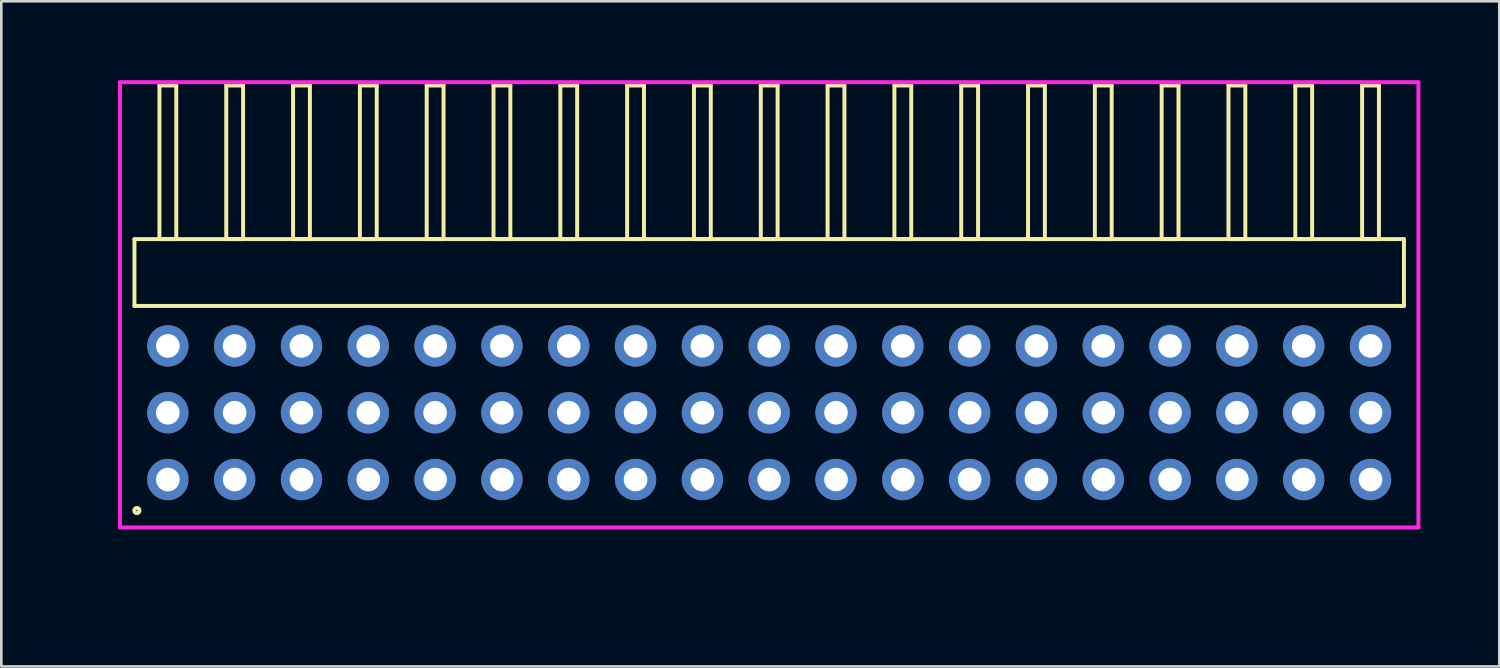
<source format=kicad_pcb>
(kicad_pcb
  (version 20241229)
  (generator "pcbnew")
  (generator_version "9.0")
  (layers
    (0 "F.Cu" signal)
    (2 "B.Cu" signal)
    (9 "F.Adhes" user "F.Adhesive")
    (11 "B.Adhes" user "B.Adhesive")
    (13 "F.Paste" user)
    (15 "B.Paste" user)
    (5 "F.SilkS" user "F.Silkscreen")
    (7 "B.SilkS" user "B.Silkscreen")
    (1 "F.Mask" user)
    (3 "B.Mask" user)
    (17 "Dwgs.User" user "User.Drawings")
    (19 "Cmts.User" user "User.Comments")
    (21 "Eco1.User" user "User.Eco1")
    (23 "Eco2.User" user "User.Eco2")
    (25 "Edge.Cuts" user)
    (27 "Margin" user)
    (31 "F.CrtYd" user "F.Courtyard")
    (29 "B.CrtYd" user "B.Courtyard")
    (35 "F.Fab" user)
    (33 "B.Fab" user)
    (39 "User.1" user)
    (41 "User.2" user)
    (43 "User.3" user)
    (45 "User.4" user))
  (footprint "HDR_RA254P19x3"
    (layer "F.Cu")
    (at 26.191 12.64)
    (property "Reference" "HDR_RA254P19x3" (at -25.43 0 90) (layer "User.1") (effects (font (size 1 1) (thickness 0.1))))
    (attr through_hole)
    (fp_line (start -24.13 -6.6) (end -24.13 -4.06) (stroke (width 0.15) (type solid)) (layer "F.SilkS"))
    (fp_line (start -24.13 -4.06) (end 24.13 -4.06) (stroke (width 0.15) (type solid)) (layer "F.SilkS"))
    (fp_line (start -23.18 -12.44) (end -23.18 -6.6) (stroke (width 0.15) (type solid)) (layer "F.SilkS"))
    (fp_line (start -23.18 -6.6) (end -22.54 -6.6) (stroke (width 0.15) (type solid)) (layer "F.SilkS"))
    (fp_line (start -22.54 -12.44) (end -23.18 -12.44) (stroke (width 0.15) (type solid)) (layer "F.SilkS"))
    (fp_line (start -22.54 -6.6) (end -22.54 -12.44) (stroke (width 0.15) (type solid)) (layer "F.SilkS"))
    (fp_line (start -20.64 -12.44) (end -20.64 -6.6) (stroke (width 0.15) (type solid)) (layer "F.SilkS"))
    (fp_line (start -20.64 -6.6) (end -20 -6.6) (stroke (width 0.15) (type solid)) (layer "F.SilkS"))
    (fp_line (start -20 -12.44) (end -20.64 -12.44) (stroke (width 0.15) (type solid)) (layer "F.SilkS"))
    (fp_line (start -20 -6.6) (end -20 -12.44) (stroke (width 0.15) (type solid)) (layer "F.SilkS"))
    (fp_line (start -18.1 -12.44) (end -18.1 -6.6) (stroke (width 0.15) (type solid)) (layer "F.SilkS"))
    (fp_line (start -18.1 -6.6) (end -17.46 -6.6) (stroke (width 0.15) (type solid)) (layer "F.SilkS"))
    (fp_line (start -17.46 -12.44) (end -18.1 -12.44) (stroke (width 0.15) (type solid)) (layer "F.SilkS"))
    (fp_line (start -17.46 -6.6) (end -17.46 -12.44) (stroke (width 0.15) (type solid)) (layer "F.SilkS"))
    (fp_line (start -15.56 -12.44) (end -15.56 -6.6) (stroke (width 0.15) (type solid)) (layer "F.SilkS"))
    (fp_line (start -15.56 -6.6) (end -14.92 -6.6) (stroke (width 0.15) (type solid)) (layer "F.SilkS"))
    (fp_line (start -14.92 -12.44) (end -15.56 -12.44) (stroke (width 0.15) (type solid)) (layer "F.SilkS"))
    (fp_line (start -14.92 -6.6) (end -14.92 -12.44) (stroke (width 0.15) (type solid)) (layer "F.SilkS"))
    (fp_line (start -13.02 -12.44) (end -13.02 -6.6) (stroke (width 0.15) (type solid)) (layer "F.SilkS"))
    (fp_line (start -13.02 -6.6) (end -12.38 -6.6) (stroke (width 0.15) (type solid)) (layer "F.SilkS"))
    (fp_line (start -12.38 -12.44) (end -13.02 -12.44) (stroke (width 0.15) (type solid)) (layer "F.SilkS"))
    (fp_line (start -12.38 -6.6) (end -12.38 -12.44) (stroke (width 0.15) (type solid)) (layer "F.SilkS"))
    (fp_line (start -10.48 -12.44) (end -10.48 -6.6) (stroke (width 0.15) (type solid)) (layer "F.SilkS"))
    (fp_line (start -10.48 -6.6) (end -9.84 -6.6) (stroke (width 0.15) (type solid)) (layer "F.SilkS"))
    (fp_line (start -9.84 -12.44) (end -10.48 -12.44) (stroke (width 0.15) (type solid)) (layer "F.SilkS"))
    (fp_line (start -9.84 -6.6) (end -9.84 -12.44) (stroke (width 0.15) (type solid)) (layer "F.SilkS"))
    (fp_line (start -7.94 -12.44) (end -7.94 -6.6) (stroke (width 0.15) (type solid)) (layer "F.SilkS"))
    (fp_line (start -7.94 -6.6) (end -7.3 -6.6) (stroke (width 0.15) (type solid)) (layer "F.SilkS"))
    (fp_line (start -7.3 -12.44) (end -7.94 -12.44) (stroke (width 0.15) (type solid)) (layer "F.SilkS"))
    (fp_line (start -7.3 -6.6) (end -7.3 -12.44) (stroke (width 0.15) (type solid)) (layer "F.SilkS"))
    (fp_line (start -5.4 -12.44) (end -5.4 -6.6) (stroke (width 0.15) (type solid)) (layer "F.SilkS"))
    (fp_line (start -5.4 -6.6) (end -4.76 -6.6) (stroke (width 0.15) (type solid)) (layer "F.SilkS"))
    (fp_line (start -4.76 -12.44) (end -5.4 -12.44) (stroke (width 0.15) (type solid)) (layer "F.SilkS"))
    (fp_line (start -4.76 -6.6) (end -4.76 -12.44) (stroke (width 0.15) (type solid)) (layer "F.SilkS"))
    (fp_line (start -2.86 -12.44) (end -2.86 -6.6) (stroke (width 0.15) (type solid)) (layer "F.SilkS"))
    (fp_line (start -2.86 -6.6) (end -2.22 -6.6) (stroke (width 0.15) (type solid)) (layer "F.SilkS"))
    (fp_line (start -2.22 -12.44) (end -2.86 -12.44) (stroke (width 0.15) (type solid)) (layer "F.SilkS"))
    (fp_line (start -2.22 -6.6) (end -2.22 -12.44) (stroke (width 0.15) (type solid)) (layer "F.SilkS"))
    (fp_line (start -0.32 -12.44) (end -0.32 -6.6) (stroke (width 0.15) (type solid)) (layer "F.SilkS"))
    (fp_line (start -0.32 -6.6) (end 0.32 -6.6) (stroke (width 0.15) (type solid)) (layer "F.SilkS"))
    (fp_line (start 0.32 -12.44) (end -0.32 -12.44) (stroke (width 0.15) (type solid)) (layer "F.SilkS"))
    (fp_line (start 0.32 -6.6) (end 0.32 -12.44) (stroke (width 0.15) (type solid)) (layer "F.SilkS"))
    (fp_line (start 2.22 -12.44) (end 2.22 -6.6) (stroke (width 0.15) (type solid)) (layer "F.SilkS"))
    (fp_line (start 2.22 -6.6) (end 2.86 -6.6) (stroke (width 0.15) (type solid)) (layer "F.SilkS"))
    (fp_line (start 2.86 -12.44) (end 2.22 -12.44) (stroke (width 0.15) (type solid)) (layer "F.SilkS"))
    (fp_line (start 2.86 -6.6) (end 2.86 -12.44) (stroke (width 0.15) (type solid)) (layer "F.SilkS"))
    (fp_line (start 4.76 -12.44) (end 4.76 -6.6) (stroke (width 0.15) (type solid)) (layer "F.SilkS"))
    (fp_line (start 4.76 -6.6) (end 5.4 -6.6) (stroke (width 0.15) (type solid)) (layer "F.SilkS"))
    (fp_line (start 5.4 -12.44) (end 4.76 -12.44) (stroke (width 0.15) (type solid)) (layer "F.SilkS"))
    (fp_line (start 5.4 -6.6) (end 5.4 -12.44) (stroke (width 0.15) (type solid)) (layer "F.SilkS"))
    (fp_line (start 7.3 -12.44) (end 7.3 -6.6) (stroke (width 0.15) (type solid)) (layer "F.SilkS"))
    (fp_line (start 7.3 -6.6) (end 7.94 -6.6) (stroke (width 0.15) (type solid)) (layer "F.SilkS"))
    (fp_line (start 7.94 -12.44) (end 7.3 -12.44) (stroke (width 0.15) (type solid)) (layer "F.SilkS"))
    (fp_line (start 7.94 -6.6) (end 7.94 -12.44) (stroke (width 0.15) (type solid)) (layer "F.SilkS"))
    (fp_line (start 9.84 -12.44) (end 9.84 -6.6) (stroke (width 0.15) (type solid)) (layer "F.SilkS"))
    (fp_line (start 9.84 -6.6) (end 10.48 -6.6) (stroke (width 0.15) (type solid)) (layer "F.SilkS"))
    (fp_line (start 10.48 -12.44) (end 9.84 -12.44) (stroke (width 0.15) (type solid)) (layer "F.SilkS"))
    (fp_line (start 10.48 -6.6) (end 10.48 -12.44) (stroke (width 0.15) (type solid)) (layer "F.SilkS"))
    (fp_line (start 12.38 -12.44) (end 12.38 -6.6) (stroke (width 0.15) (type solid)) (layer "F.SilkS"))
    (fp_line (start 12.38 -6.6) (end 13.02 -6.6) (stroke (width 0.15) (type solid)) (layer "F.SilkS"))
    (fp_line (start 13.02 -12.44) (end 12.38 -12.44) (stroke (width 0.15) (type solid)) (layer "F.SilkS"))
    (fp_line (start 13.02 -6.6) (end 13.02 -12.44) (stroke (width 0.15) (type solid)) (layer "F.SilkS"))
    (fp_line (start 14.92 -12.44) (end 14.92 -6.6) (stroke (width 0.15) (type solid)) (layer "F.SilkS"))
    (fp_line (start 14.92 -6.6) (end 15.56 -6.6) (stroke (width 0.15) (type solid)) (layer "F.SilkS"))
    (fp_line (start 15.56 -12.44) (end 14.92 -12.44) (stroke (width 0.15) (type solid)) (layer "F.SilkS"))
    (fp_line (start 15.56 -6.6) (end 15.56 -12.44) (stroke (width 0.15) (type solid)) (layer "F.SilkS"))
    (fp_line (start 17.46 -12.44) (end 17.46 -6.6) (stroke (width 0.15) (type solid)) (layer "F.SilkS"))
    (fp_line (start 17.46 -6.6) (end 18.1 -6.6) (stroke (width 0.15) (type solid)) (layer "F.SilkS"))
    (fp_line (start 18.1 -12.44) (end 17.46 -12.44) (stroke (width 0.15) (type solid)) (layer "F.SilkS"))
    (fp_line (start 18.1 -6.6) (end 18.1 -12.44) (stroke (width 0.15) (type solid)) (layer "F.SilkS"))
    (fp_line (start 20 -12.44) (end 20 -6.6) (stroke (width 0.15) (type solid)) (layer "F.SilkS"))
    (fp_line (start 20 -6.6) (end 20.64 -6.6) (stroke (width 0.15) (type solid)) (layer "F.SilkS"))
    (fp_line (start 20.64 -12.44) (end 20 -12.44) (stroke (width 0.15) (type solid)) (layer "F.SilkS"))
    (fp_line (start 20.64 -6.6) (end 20.64 -12.44) (stroke (width 0.15) (type solid)) (layer "F.SilkS"))
    (fp_line (start 22.54 -12.44) (end 22.54 -6.6) (stroke (width 0.15) (type solid)) (layer "F.SilkS"))
    (fp_line (start 22.54 -6.6) (end 23.18 -6.6) (stroke (width 0.15) (type solid)) (layer "F.SilkS"))
    (fp_line (start 23.18 -12.44) (end 22.54 -12.44) (stroke (width 0.15) (type solid)) (layer "F.SilkS"))
    (fp_line (start 23.18 -6.6) (end 23.18 -12.44) (stroke (width 0.15) (type solid)) (layer "F.SilkS"))
    (fp_line (start 24.13 -6.6) (end -24.13 -6.6) (stroke (width 0.15) (type solid)) (layer "F.SilkS"))
    (fp_line (start 24.13 -4.06) (end 24.13 -6.6) (stroke (width 0.15) (type solid)) (layer "F.SilkS"))
    (fp_circle (center -24.037 3.718) (end -23.937 3.718) (stroke (width 0.15) (type solid)) (fill no) (layer "F.SilkS"))
    (fp_line (start -24.68 -12.565) (end -24.68 4.36) (stroke (width 0.15) (type solid)) (layer "F.CrtYd"))
    (fp_line (start -24.68 4.36) (end 24.68 4.36) (stroke (width 0.15) (type solid)) (layer "F.CrtYd"))
    (fp_line (start 24.68 -12.565) (end -24.68 -12.565) (stroke (width 0.15) (type solid)) (layer "F.CrtYd"))
    (fp_line (start 24.68 4.36) (end 24.68 -12.565) (stroke (width 0.15) (type solid)) (layer "F.CrtYd"))
    (pad "1" thru_hole oval (at -22.86 2.54) (size 1.57 1.57) (drill 0.9) (layers "*.Cu" "*.Mask"))
    (pad "2" thru_hole oval (at -22.86 0) (size 1.57 1.57) (drill 0.9) (layers "*.Cu" "*.Mask"))
    (pad "3" thru_hole oval (at -22.86 -2.54) (size 1.57 1.57) (drill 0.9) (layers "*.Cu" "*.Mask"))
    (pad "4" thru_hole oval (at -20.32 2.54) (size 1.57 1.57) (drill 0.9) (layers "*.Cu" "*.Mask"))
    (pad "5" thru_hole oval (at -20.32 0) (size 1.57 1.57) (drill 0.9) (layers "*.Cu" "*.Mask"))
    (pad "6" thru_hole oval (at -20.32 -2.54) (size 1.57 1.57) (drill 0.9) (layers "*.Cu" "*.Mask"))
    (pad "7" thru_hole oval (at -17.78 2.54) (size 1.57 1.57) (drill 0.9) (layers "*.Cu" "*.Mask"))
    (pad "8" thru_hole oval (at -17.78 0) (size 1.57 1.57) (drill 0.9) (layers "*.Cu" "*.Mask"))
    (pad "9" thru_hole oval (at -17.78 -2.54) (size 1.57 1.57) (drill 0.9) (layers "*.Cu" "*.Mask"))
    (pad "10" thru_hole oval (at -15.24 2.54) (size 1.57 1.57) (drill 0.9) (layers "*.Cu" "*.Mask"))
    (pad "11" thru_hole oval (at -15.24 0) (size 1.57 1.57) (drill 0.9) (layers "*.Cu" "*.Mask"))
    (pad "12" thru_hole oval (at -15.24 -2.54) (size 1.57 1.57) (drill 0.9) (layers "*.Cu" "*.Mask"))
    (pad "13" thru_hole oval (at -12.7 2.54) (size 1.57 1.57) (drill 0.9) (layers "*.Cu" "*.Mask"))
    (pad "14" thru_hole oval (at -12.7 0) (size 1.57 1.57) (drill 0.9) (layers "*.Cu" "*.Mask"))
    (pad "15" thru_hole oval (at -12.7 -2.54) (size 1.57 1.57) (drill 0.9) (layers "*.Cu" "*.Mask"))
    (pad "16" thru_hole oval (at -10.16 2.54) (size 1.57 1.57) (drill 0.9) (layers "*.Cu" "*.Mask"))
    (pad "17" thru_hole oval (at -10.16 0) (size 1.57 1.57) (drill 0.9) (layers "*.Cu" "*.Mask"))
    (pad "18" thru_hole oval (at -10.16 -2.54) (size 1.57 1.57) (drill 0.9) (layers "*.Cu" "*.Mask"))
    (pad "19" thru_hole oval (at -7.62 2.54) (size 1.57 1.57) (drill 0.9) (layers "*.Cu" "*.Mask"))
    (pad "20" thru_hole oval (at -7.62 0) (size 1.57 1.57) (drill 0.9) (layers "*.Cu" "*.Mask"))
    (pad "21" thru_hole oval (at -7.62 -2.54) (size 1.57 1.57) (drill 0.9) (layers "*.Cu" "*.Mask"))
    (pad "22" thru_hole oval (at -5.08 2.54) (size 1.57 1.57) (drill 0.9) (layers "*.Cu" "*.Mask"))
    (pad "23" thru_hole oval (at -5.08 0) (size 1.57 1.57) (drill 0.9) (layers "*.Cu" "*.Mask"))
    (pad "24" thru_hole oval (at -5.08 -2.54) (size 1.57 1.57) (drill 0.9) (layers "*.Cu" "*.Mask"))
    (pad "25" thru_hole oval (at -2.54 2.54) (size 1.57 1.57) (drill 0.9) (layers "*.Cu" "*.Mask"))
    (pad "26" thru_hole oval (at -2.54 0) (size 1.57 1.57) (drill 0.9) (layers "*.Cu" "*.Mask"))
    (pad "27" thru_hole oval (at -2.54 -2.54) (size 1.57 1.57) (drill 0.9) (layers "*.Cu" "*.Mask"))
    (pad "28" thru_hole oval (at 0 2.54) (size 1.57 1.57) (drill 0.9) (layers "*.Cu" "*.Mask"))
    (pad "29" thru_hole oval (at 0 0) (size 1.57 1.57) (drill 0.9) (layers "*.Cu" "*.Mask"))
    (pad "30" thru_hole oval (at 0 -2.54) (size 1.57 1.57) (drill 0.9) (layers "*.Cu" "*.Mask"))
    (pad "31" thru_hole oval (at 2.54 2.54) (size 1.57 1.57) (drill 0.9) (layers "*.Cu" "*.Mask"))
    (pad "32" thru_hole oval (at 2.54 0) (size 1.57 1.57) (drill 0.9) (layers "*.Cu" "*.Mask"))
    (pad "33" thru_hole oval (at 2.54 -2.54) (size 1.57 1.57) (drill 0.9) (layers "*.Cu" "*.Mask"))
    (pad "34" thru_hole oval (at 5.08 2.54) (size 1.57 1.57) (drill 0.9) (layers "*.Cu" "*.Mask"))
    (pad "35" thru_hole oval (at 5.08 0) (size 1.57 1.57) (drill 0.9) (layers "*.Cu" "*.Mask"))
    (pad "36" thru_hole oval (at 5.08 -2.54) (size 1.57 1.57) (drill 0.9) (layers "*.Cu" "*.Mask"))
    (pad "37" thru_hole oval (at 7.62 2.54) (size 1.57 1.57) (drill 0.9) (layers "*.Cu" "*.Mask"))
    (pad "38" thru_hole oval (at 7.62 0) (size 1.57 1.57) (drill 0.9) (layers "*.Cu" "*.Mask"))
    (pad "39" thru_hole oval (at 7.62 -2.54) (size 1.57 1.57) (drill 0.9) (layers "*.Cu" "*.Mask"))
    (pad "40" thru_hole oval (at 10.16 2.54) (size 1.57 1.57) (drill 0.9) (layers "*.Cu" "*.Mask"))
    (pad "41" thru_hole oval (at 10.16 0) (size 1.57 1.57) (drill 0.9) (layers "*.Cu" "*.Mask"))
    (pad "42" thru_hole oval (at 10.16 -2.54) (size 1.57 1.57) (drill 0.9) (layers "*.Cu" "*.Mask"))
    (pad "43" thru_hole oval (at 12.7 2.54) (size 1.57 1.57) (drill 0.9) (layers "*.Cu" "*.Mask"))
    (pad "44" thru_hole oval (at 12.7 0) (size 1.57 1.57) (drill 0.9) (layers "*.Cu" "*.Mask"))
    (pad "45" thru_hole oval (at 12.7 -2.54) (size 1.57 1.57) (drill 0.9) (layers "*.Cu" "*.Mask"))
    (pad "46" thru_hole oval (at 15.24 2.54) (size 1.57 1.57) (drill 0.9) (layers "*.Cu" "*.Mask"))
    (pad "47" thru_hole oval (at 15.24 0) (size 1.57 1.57) (drill 0.9) (layers "*.Cu" "*.Mask"))
    (pad "48" thru_hole oval (at 15.24 -2.54) (size 1.57 1.57) (drill 0.9) (layers "*.Cu" "*.Mask"))
    (pad "49" thru_hole oval (at 17.78 2.54) (size 1.57 1.57) (drill 0.9) (layers "*.Cu" "*.Mask"))
    (pad "50" thru_hole oval (at 17.78 0) (size 1.57 1.57) (drill 0.9) (layers "*.Cu" "*.Mask"))
    (pad "51" thru_hole oval (at 17.78 -2.54) (size 1.57 1.57) (drill 0.9) (layers "*.Cu" "*.Mask"))
    (pad "52" thru_hole oval (at 20.32 2.54) (size 1.57 1.57) (drill 0.9) (layers "*.Cu" "*.Mask"))
    (pad "53" thru_hole oval (at 20.32 0) (size 1.57 1.57) (drill 0.9) (layers "*.Cu" "*.Mask"))
    (pad "54" thru_hole oval (at 20.32 -2.54) (size 1.57 1.57) (drill 0.9) (layers "*.Cu" "*.Mask"))
    (pad "55" thru_hole oval (at 22.86 2.54) (size 1.57 1.57) (drill 0.9) (layers "*.Cu" "*.Mask"))
    (pad "56" thru_hole oval (at 22.86 0) (size 1.57 1.57) (drill 0.9) (layers "*.Cu" "*.Mask"))
    (pad "57" thru_hole oval (at 22.86 -2.54) (size 1.57 1.57) (drill 0.9) (layers "*.Cu" "*.Mask")))
  (gr_rect
    (start -3 -3)
    (end 53.946 22.285)
    (stroke (width 0.1) (type default))
    (fill no)
    (layer "Edge.Cuts")))
</source>
